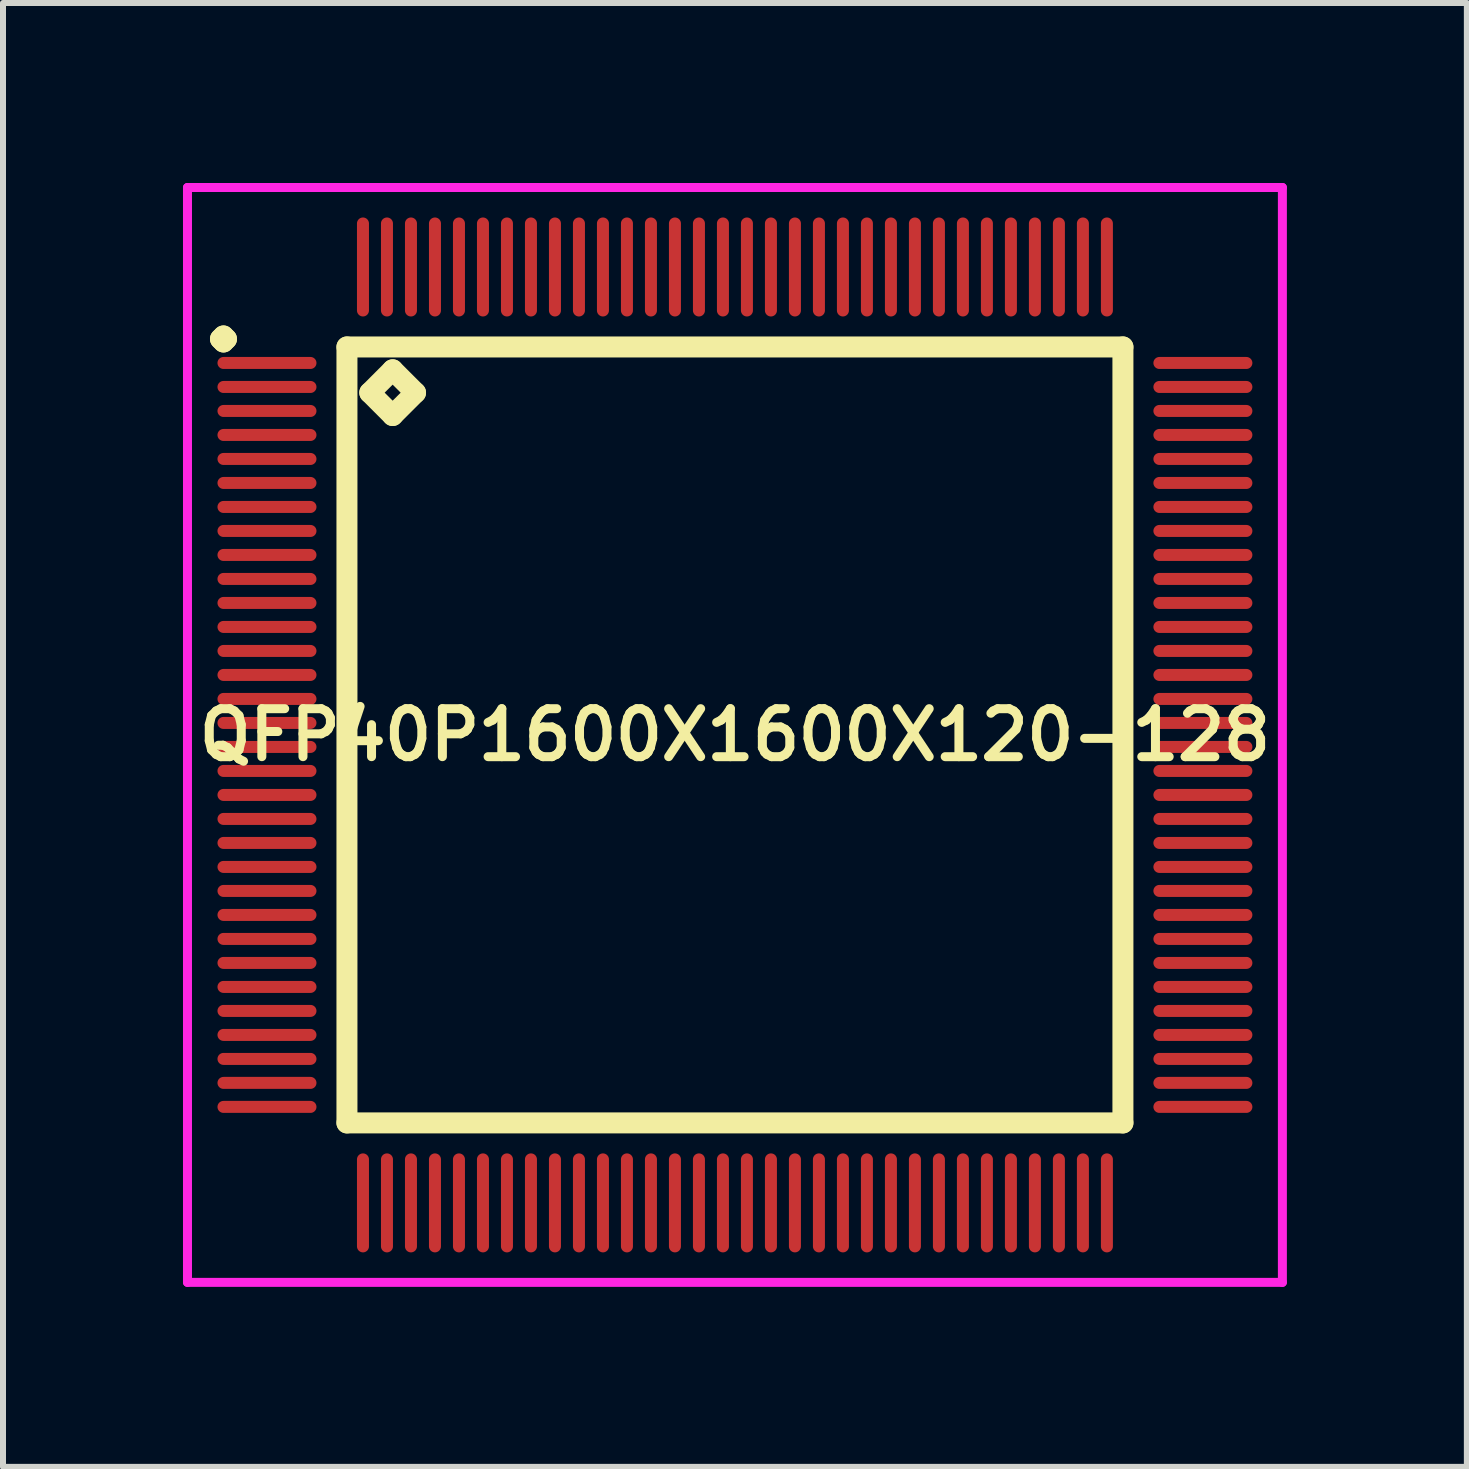
<source format=kicad_pcb>
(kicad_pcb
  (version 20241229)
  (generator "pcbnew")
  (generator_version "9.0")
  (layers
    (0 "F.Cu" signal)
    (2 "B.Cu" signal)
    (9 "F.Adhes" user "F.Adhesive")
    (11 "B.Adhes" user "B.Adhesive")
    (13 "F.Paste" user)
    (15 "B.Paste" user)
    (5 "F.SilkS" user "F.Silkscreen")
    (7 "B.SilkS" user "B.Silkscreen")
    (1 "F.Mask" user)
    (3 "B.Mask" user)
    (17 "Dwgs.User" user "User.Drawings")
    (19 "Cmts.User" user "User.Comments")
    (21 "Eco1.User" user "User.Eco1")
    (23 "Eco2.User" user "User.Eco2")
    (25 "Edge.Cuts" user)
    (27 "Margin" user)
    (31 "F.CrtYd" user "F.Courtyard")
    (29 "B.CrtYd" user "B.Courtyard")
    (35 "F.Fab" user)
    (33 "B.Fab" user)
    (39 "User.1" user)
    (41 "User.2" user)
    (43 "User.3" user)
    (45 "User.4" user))
  (footprint "QFP40P1600X1600X120-128"
    (layer "F.Cu")
    (at 9.2 9.2)
    (property "Reference" "QFP40P1600X1600X120-128" (at 0 0 0) (layer "F.SilkS") (effects (font (size 0.8 0.8) (thickness 0.15))))
    (attr smd)
    (fp_line (start -8.575 -6.6) (end -8.525 -6.65) (stroke (width 0.35) (type solid)) (layer "F.SilkS"))
    (fp_line (start -8.525 -6.65) (end -8.475 -6.6) (stroke (width 0.35) (type solid)) (layer "F.SilkS"))
    (fp_line (start -8.525 -6.55) (end -8.575 -6.6) (stroke (width 0.35) (type solid)) (layer "F.SilkS"))
    (fp_line (start -8.475 -6.6) (end -8.525 -6.55) (stroke (width 0.35) (type solid)) (layer "F.SilkS"))
    (fp_line (start -6.467 -6.467) (end -6.467 6.467) (stroke (width 0.35) (type solid)) (layer "F.SilkS"))
    (fp_line (start -6.467 6.467) (end 6.467 6.467) (stroke (width 0.35) (type solid)) (layer "F.SilkS"))
    (fp_line (start -6.086 -5.705) (end -5.705 -6.086) (stroke (width 0.35) (type solid)) (layer "F.SilkS"))
    (fp_line (start -5.705 -6.086) (end -5.324 -5.705) (stroke (width 0.35) (type solid)) (layer "F.SilkS"))
    (fp_line (start -5.705 -5.324) (end -6.086 -5.705) (stroke (width 0.35) (type solid)) (layer "F.SilkS"))
    (fp_line (start -5.324 -5.705) (end -5.705 -5.324) (stroke (width 0.35) (type solid)) (layer "F.SilkS"))
    (fp_line (start 6.467 -6.467) (end -6.467 -6.467) (stroke (width 0.35) (type solid)) (layer "F.SilkS"))
    (fp_line (start 6.467 6.467) (end 6.467 -6.467) (stroke (width 0.35) (type solid)) (layer "F.SilkS"))
    (fp_line (start -9.125 -9.125) (end 9.125 -9.125) (stroke (width 0.15) (type solid)) (layer "F.CrtYd"))
    (fp_line (start -9.125 9.125) (end -9.125 -9.125) (stroke (width 0.15) (type solid)) (layer "F.CrtYd"))
    (fp_line (start 9.125 -9.125) (end 9.125 9.125) (stroke (width 0.15) (type solid)) (layer "F.CrtYd"))
    (fp_line (start 9.125 9.125) (end -9.125 9.125) (stroke (width 0.15) (type solid)) (layer "F.CrtYd"))
    (pad "1" smd oval (at -7.8 -6.2) (size 1.65 0.2) (layers "F.Cu" "F.Mask" "F.Paste"))
    (pad "2" smd oval (at -7.8 -5.8) (size 1.65 0.2) (layers "F.Cu" "F.Mask" "F.Paste"))
    (pad "3" smd oval (at -7.8 -5.4) (size 1.65 0.2) (layers "F.Cu" "F.Mask" "F.Paste"))
    (pad "4" smd oval (at -7.8 -5) (size 1.65 0.2) (layers "F.Cu" "F.Mask" "F.Paste"))
    (pad "5" smd oval (at -7.8 -4.6) (size 1.65 0.2) (layers "F.Cu" "F.Mask" "F.Paste"))
    (pad "6" smd oval (at -7.8 -4.2) (size 1.65 0.2) (layers "F.Cu" "F.Mask" "F.Paste"))
    (pad "7" smd oval (at -7.8 -3.8) (size 1.65 0.2) (layers "F.Cu" "F.Mask" "F.Paste"))
    (pad "8" smd oval (at -7.8 -3.4) (size 1.65 0.2) (layers "F.Cu" "F.Mask" "F.Paste"))
    (pad "9" smd oval (at -7.8 -3) (size 1.65 0.2) (layers "F.Cu" "F.Mask" "F.Paste"))
    (pad "10" smd oval (at -7.8 -2.6) (size 1.65 0.2) (layers "F.Cu" "F.Mask" "F.Paste"))
    (pad "11" smd oval (at -7.8 -2.2) (size 1.65 0.2) (layers "F.Cu" "F.Mask" "F.Paste"))
    (pad "12" smd oval (at -7.8 -1.8) (size 1.65 0.2) (layers "F.Cu" "F.Mask" "F.Paste"))
    (pad "13" smd oval (at -7.8 -1.4) (size 1.65 0.2) (layers "F.Cu" "F.Mask" "F.Paste"))
    (pad "14" smd oval (at -7.8 -1) (size 1.65 0.2) (layers "F.Cu" "F.Mask" "F.Paste"))
    (pad "15" smd oval (at -7.8 -0.6) (size 1.65 0.2) (layers "F.Cu" "F.Mask" "F.Paste"))
    (pad "16" smd oval (at -7.8 -0.2) (size 1.65 0.2) (layers "F.Cu" "F.Mask" "F.Paste"))
    (pad "17" smd oval (at -7.8 0.2) (size 1.65 0.2) (layers "F.Cu" "F.Mask" "F.Paste"))
    (pad "18" smd oval (at -7.8 0.6) (size 1.65 0.2) (layers "F.Cu" "F.Mask" "F.Paste"))
    (pad "19" smd oval (at -7.8 1) (size 1.65 0.2) (layers "F.Cu" "F.Mask" "F.Paste"))
    (pad "20" smd oval (at -7.8 1.4) (size 1.65 0.2) (layers "F.Cu" "F.Mask" "F.Paste"))
    (pad "21" smd oval (at -7.8 1.8) (size 1.65 0.2) (layers "F.Cu" "F.Mask" "F.Paste"))
    (pad "22" smd oval (at -7.8 2.2) (size 1.65 0.2) (layers "F.Cu" "F.Mask" "F.Paste"))
    (pad "23" smd oval (at -7.8 2.6) (size 1.65 0.2) (layers "F.Cu" "F.Mask" "F.Paste"))
    (pad "24" smd oval (at -7.8 3) (size 1.65 0.2) (layers "F.Cu" "F.Mask" "F.Paste"))
    (pad "25" smd oval (at -7.8 3.4) (size 1.65 0.2) (layers "F.Cu" "F.Mask" "F.Paste"))
    (pad "26" smd oval (at -7.8 3.8) (size 1.65 0.2) (layers "F.Cu" "F.Mask" "F.Paste"))
    (pad "27" smd oval (at -7.8 4.2) (size 1.65 0.2) (layers "F.Cu" "F.Mask" "F.Paste"))
    (pad "28" smd oval (at -7.8 4.6) (size 1.65 0.2) (layers "F.Cu" "F.Mask" "F.Paste"))
    (pad "29" smd oval (at -7.8 5) (size 1.65 0.2) (layers "F.Cu" "F.Mask" "F.Paste"))
    (pad "30" smd oval (at -7.8 5.4) (size 1.65 0.2) (layers "F.Cu" "F.Mask" "F.Paste"))
    (pad "31" smd oval (at -7.8 5.8) (size 1.65 0.2) (layers "F.Cu" "F.Mask" "F.Paste"))
    (pad "32" smd oval (at -7.8 6.2) (size 1.65 0.2) (layers "F.Cu" "F.Mask" "F.Paste"))
    (pad "33" smd oval (at -6.2 7.8) (size 0.2 1.65) (layers "F.Cu" "F.Mask" "F.Paste"))
    (pad "34" smd oval (at -5.8 7.8) (size 0.2 1.65) (layers "F.Cu" "F.Mask" "F.Paste"))
    (pad "35" smd oval (at -5.4 7.8) (size 0.2 1.65) (layers "F.Cu" "F.Mask" "F.Paste"))
    (pad "36" smd oval (at -5 7.8) (size 0.2 1.65) (layers "F.Cu" "F.Mask" "F.Paste"))
    (pad "37" smd oval (at -4.6 7.8) (size 0.2 1.65) (layers "F.Cu" "F.Mask" "F.Paste"))
    (pad "38" smd oval (at -4.2 7.8) (size 0.2 1.65) (layers "F.Cu" "F.Mask" "F.Paste"))
    (pad "39" smd oval (at -3.8 7.8) (size 0.2 1.65) (layers "F.Cu" "F.Mask" "F.Paste"))
    (pad "40" smd oval (at -3.4 7.8) (size 0.2 1.65) (layers "F.Cu" "F.Mask" "F.Paste"))
    (pad "41" smd oval (at -3 7.8) (size 0.2 1.65) (layers "F.Cu" "F.Mask" "F.Paste"))
    (pad "42" smd oval (at -2.6 7.8) (size 0.2 1.65) (layers "F.Cu" "F.Mask" "F.Paste"))
    (pad "43" smd oval (at -2.2 7.8) (size 0.2 1.65) (layers "F.Cu" "F.Mask" "F.Paste"))
    (pad "44" smd oval (at -1.8 7.8) (size 0.2 1.65) (layers "F.Cu" "F.Mask" "F.Paste"))
    (pad "45" smd oval (at -1.4 7.8) (size 0.2 1.65) (layers "F.Cu" "F.Mask" "F.Paste"))
    (pad "46" smd oval (at -1 7.8) (size 0.2 1.65) (layers "F.Cu" "F.Mask" "F.Paste"))
    (pad "47" smd oval (at -0.6 7.8) (size 0.2 1.65) (layers "F.Cu" "F.Mask" "F.Paste"))
    (pad "48" smd oval (at -0.2 7.8) (size 0.2 1.65) (layers "F.Cu" "F.Mask" "F.Paste"))
    (pad "49" smd oval (at 0.2 7.8) (size 0.2 1.65) (layers "F.Cu" "F.Mask" "F.Paste"))
    (pad "50" smd oval (at 0.6 7.8) (size 0.2 1.65) (layers "F.Cu" "F.Mask" "F.Paste"))
    (pad "51" smd oval (at 1 7.8) (size 0.2 1.65) (layers "F.Cu" "F.Mask" "F.Paste"))
    (pad "52" smd oval (at 1.4 7.8) (size 0.2 1.65) (layers "F.Cu" "F.Mask" "F.Paste"))
    (pad "53" smd oval (at 1.8 7.8) (size 0.2 1.65) (layers "F.Cu" "F.Mask" "F.Paste"))
    (pad "54" smd oval (at 2.2 7.8) (size 0.2 1.65) (layers "F.Cu" "F.Mask" "F.Paste"))
    (pad "55" smd oval (at 2.6 7.8) (size 0.2 1.65) (layers "F.Cu" "F.Mask" "F.Paste"))
    (pad "56" smd oval (at 3 7.8) (size 0.2 1.65) (layers "F.Cu" "F.Mask" "F.Paste"))
    (pad "57" smd oval (at 3.4 7.8) (size 0.2 1.65) (layers "F.Cu" "F.Mask" "F.Paste"))
    (pad "58" smd oval (at 3.8 7.8) (size 0.2 1.65) (layers "F.Cu" "F.Mask" "F.Paste"))
    (pad "59" smd oval (at 4.2 7.8) (size 0.2 1.65) (layers "F.Cu" "F.Mask" "F.Paste"))
    (pad "60" smd oval (at 4.6 7.8) (size 0.2 1.65) (layers "F.Cu" "F.Mask" "F.Paste"))
    (pad "61" smd oval (at 5 7.8) (size 0.2 1.65) (layers "F.Cu" "F.Mask" "F.Paste"))
    (pad "62" smd oval (at 5.4 7.8) (size 0.2 1.65) (layers "F.Cu" "F.Mask" "F.Paste"))
    (pad "63" smd oval (at 5.8 7.8) (size 0.2 1.65) (layers "F.Cu" "F.Mask" "F.Paste"))
    (pad "64" smd oval (at 6.2 7.8) (size 0.2 1.65) (layers "F.Cu" "F.Mask" "F.Paste"))
    (pad "65" smd oval (at 7.8 6.2) (size 1.65 0.2) (layers "F.Cu" "F.Mask" "F.Paste"))
    (pad "66" smd oval (at 7.8 5.8) (size 1.65 0.2) (layers "F.Cu" "F.Mask" "F.Paste"))
    (pad "67" smd oval (at 7.8 5.4) (size 1.65 0.2) (layers "F.Cu" "F.Mask" "F.Paste"))
    (pad "68" smd oval (at 7.8 5) (size 1.65 0.2) (layers "F.Cu" "F.Mask" "F.Paste"))
    (pad "69" smd oval (at 7.8 4.6) (size 1.65 0.2) (layers "F.Cu" "F.Mask" "F.Paste"))
    (pad "70" smd oval (at 7.8 4.2) (size 1.65 0.2) (layers "F.Cu" "F.Mask" "F.Paste"))
    (pad "71" smd oval (at 7.8 3.8) (size 1.65 0.2) (layers "F.Cu" "F.Mask" "F.Paste"))
    (pad "72" smd oval (at 7.8 3.4) (size 1.65 0.2) (layers "F.Cu" "F.Mask" "F.Paste"))
    (pad "73" smd oval (at 7.8 3) (size 1.65 0.2) (layers "F.Cu" "F.Mask" "F.Paste"))
    (pad "74" smd oval (at 7.8 2.6) (size 1.65 0.2) (layers "F.Cu" "F.Mask" "F.Paste"))
    (pad "75" smd oval (at 7.8 2.2) (size 1.65 0.2) (layers "F.Cu" "F.Mask" "F.Paste"))
    (pad "76" smd oval (at 7.8 1.8) (size 1.65 0.2) (layers "F.Cu" "F.Mask" "F.Paste"))
    (pad "77" smd oval (at 7.8 1.4) (size 1.65 0.2) (layers "F.Cu" "F.Mask" "F.Paste"))
    (pad "78" smd oval (at 7.8 1) (size 1.65 0.2) (layers "F.Cu" "F.Mask" "F.Paste"))
    (pad "79" smd oval (at 7.8 0.6) (size 1.65 0.2) (layers "F.Cu" "F.Mask" "F.Paste"))
    (pad "80" smd oval (at 7.8 0.2) (size 1.65 0.2) (layers "F.Cu" "F.Mask" "F.Paste"))
    (pad "81" smd oval (at 7.8 -0.2) (size 1.65 0.2) (layers "F.Cu" "F.Mask" "F.Paste"))
    (pad "82" smd oval (at 7.8 -0.6) (size 1.65 0.2) (layers "F.Cu" "F.Mask" "F.Paste"))
    (pad "83" smd oval (at 7.8 -1) (size 1.65 0.2) (layers "F.Cu" "F.Mask" "F.Paste"))
    (pad "84" smd oval (at 7.8 -1.4) (size 1.65 0.2) (layers "F.Cu" "F.Mask" "F.Paste"))
    (pad "85" smd oval (at 7.8 -1.8) (size 1.65 0.2) (layers "F.Cu" "F.Mask" "F.Paste"))
    (pad "86" smd oval (at 7.8 -2.2) (size 1.65 0.2) (layers "F.Cu" "F.Mask" "F.Paste"))
    (pad "87" smd oval (at 7.8 -2.6) (size 1.65 0.2) (layers "F.Cu" "F.Mask" "F.Paste"))
    (pad "88" smd oval (at 7.8 -3) (size 1.65 0.2) (layers "F.Cu" "F.Mask" "F.Paste"))
    (pad "89" smd oval (at 7.8 -3.4) (size 1.65 0.2) (layers "F.Cu" "F.Mask" "F.Paste"))
    (pad "90" smd oval (at 7.8 -3.8) (size 1.65 0.2) (layers "F.Cu" "F.Mask" "F.Paste"))
    (pad "91" smd oval (at 7.8 -4.2) (size 1.65 0.2) (layers "F.Cu" "F.Mask" "F.Paste"))
    (pad "92" smd oval (at 7.8 -4.6) (size 1.65 0.2) (layers "F.Cu" "F.Mask" "F.Paste"))
    (pad "93" smd oval (at 7.8 -5) (size 1.65 0.2) (layers "F.Cu" "F.Mask" "F.Paste"))
    (pad "94" smd oval (at 7.8 -5.4) (size 1.65 0.2) (layers "F.Cu" "F.Mask" "F.Paste"))
    (pad "95" smd oval (at 7.8 -5.8) (size 1.65 0.2) (layers "F.Cu" "F.Mask" "F.Paste"))
    (pad "96" smd oval (at 7.8 -6.2) (size 1.65 0.2) (layers "F.Cu" "F.Mask" "F.Paste"))
    (pad "97" smd oval (at 6.2 -7.8) (size 0.2 1.65) (layers "F.Cu" "F.Mask" "F.Paste"))
    (pad "98" smd oval (at 5.8 -7.8) (size 0.2 1.65) (layers "F.Cu" "F.Mask" "F.Paste"))
    (pad "99" smd oval (at 5.4 -7.8) (size 0.2 1.65) (layers "F.Cu" "F.Mask" "F.Paste"))
    (pad "100" smd oval (at 5 -7.8) (size 0.2 1.65) (layers "F.Cu" "F.Mask" "F.Paste"))
    (pad "101" smd oval (at 4.6 -7.8) (size 0.2 1.65) (layers "F.Cu" "F.Mask" "F.Paste"))
    (pad "102" smd oval (at 4.2 -7.8) (size 0.2 1.65) (layers "F.Cu" "F.Mask" "F.Paste"))
    (pad "103" smd oval (at 3.8 -7.8) (size 0.2 1.65) (layers "F.Cu" "F.Mask" "F.Paste"))
    (pad "104" smd oval (at 3.4 -7.8) (size 0.2 1.65) (layers "F.Cu" "F.Mask" "F.Paste"))
    (pad "105" smd oval (at 3 -7.8) (size 0.2 1.65) (layers "F.Cu" "F.Mask" "F.Paste"))
    (pad "106" smd oval (at 2.6 -7.8) (size 0.2 1.65) (layers "F.Cu" "F.Mask" "F.Paste"))
    (pad "107" smd oval (at 2.2 -7.8) (size 0.2 1.65) (layers "F.Cu" "F.Mask" "F.Paste"))
    (pad "108" smd oval (at 1.8 -7.8) (size 0.2 1.65) (layers "F.Cu" "F.Mask" "F.Paste"))
    (pad "109" smd oval (at 1.4 -7.8) (size 0.2 1.65) (layers "F.Cu" "F.Mask" "F.Paste"))
    (pad "110" smd oval (at 1 -7.8) (size 0.2 1.65) (layers "F.Cu" "F.Mask" "F.Paste"))
    (pad "111" smd oval (at 0.6 -7.8) (size 0.2 1.65) (layers "F.Cu" "F.Mask" "F.Paste"))
    (pad "112" smd oval (at 0.2 -7.8) (size 0.2 1.65) (layers "F.Cu" "F.Mask" "F.Paste"))
    (pad "113" smd oval (at -0.2 -7.8) (size 0.2 1.65) (layers "F.Cu" "F.Mask" "F.Paste"))
    (pad "114" smd oval (at -0.6 -7.8) (size 0.2 1.65) (layers "F.Cu" "F.Mask" "F.Paste"))
    (pad "115" smd oval (at -1 -7.8) (size 0.2 1.65) (layers "F.Cu" "F.Mask" "F.Paste"))
    (pad "116" smd oval (at -1.4 -7.8) (size 0.2 1.65) (layers "F.Cu" "F.Mask" "F.Paste"))
    (pad "117" smd oval (at -1.8 -7.8) (size 0.2 1.65) (layers "F.Cu" "F.Mask" "F.Paste"))
    (pad "118" smd oval (at -2.2 -7.8) (size 0.2 1.65) (layers "F.Cu" "F.Mask" "F.Paste"))
    (pad "119" smd oval (at -2.6 -7.8) (size 0.2 1.65) (layers "F.Cu" "F.Mask" "F.Paste"))
    (pad "120" smd oval (at -3 -7.8) (size 0.2 1.65) (layers "F.Cu" "F.Mask" "F.Paste"))
    (pad "121" smd oval (at -3.4 -7.8) (size 0.2 1.65) (layers "F.Cu" "F.Mask" "F.Paste"))
    (pad "122" smd oval (at -3.8 -7.8) (size 0.2 1.65) (layers "F.Cu" "F.Mask" "F.Paste"))
    (pad "123" smd oval (at -4.2 -7.8) (size 0.2 1.65) (layers "F.Cu" "F.Mask" "F.Paste"))
    (pad "124" smd oval (at -4.6 -7.8) (size 0.2 1.65) (layers "F.Cu" "F.Mask" "F.Paste"))
    (pad "125" smd oval (at -5 -7.8) (size 0.2 1.65) (layers "F.Cu" "F.Mask" "F.Paste"))
    (pad "126" smd oval (at -5.4 -7.8) (size 0.2 1.65) (layers "F.Cu" "F.Mask" "F.Paste"))
    (pad "127" smd oval (at -5.8 -7.8) (size 0.2 1.65) (layers "F.Cu" "F.Mask" "F.Paste"))
    (pad "128" smd oval (at -6.2 -7.8) (size 0.2 1.65) (layers "F.Cu" "F.Mask" "F.Paste")))
  (gr_rect
    (start -3 -3)
    (end 21.4 21.4)
    (stroke (width 0.1) (type default))
    (fill no)
    (layer "Edge.Cuts")))
</source>
